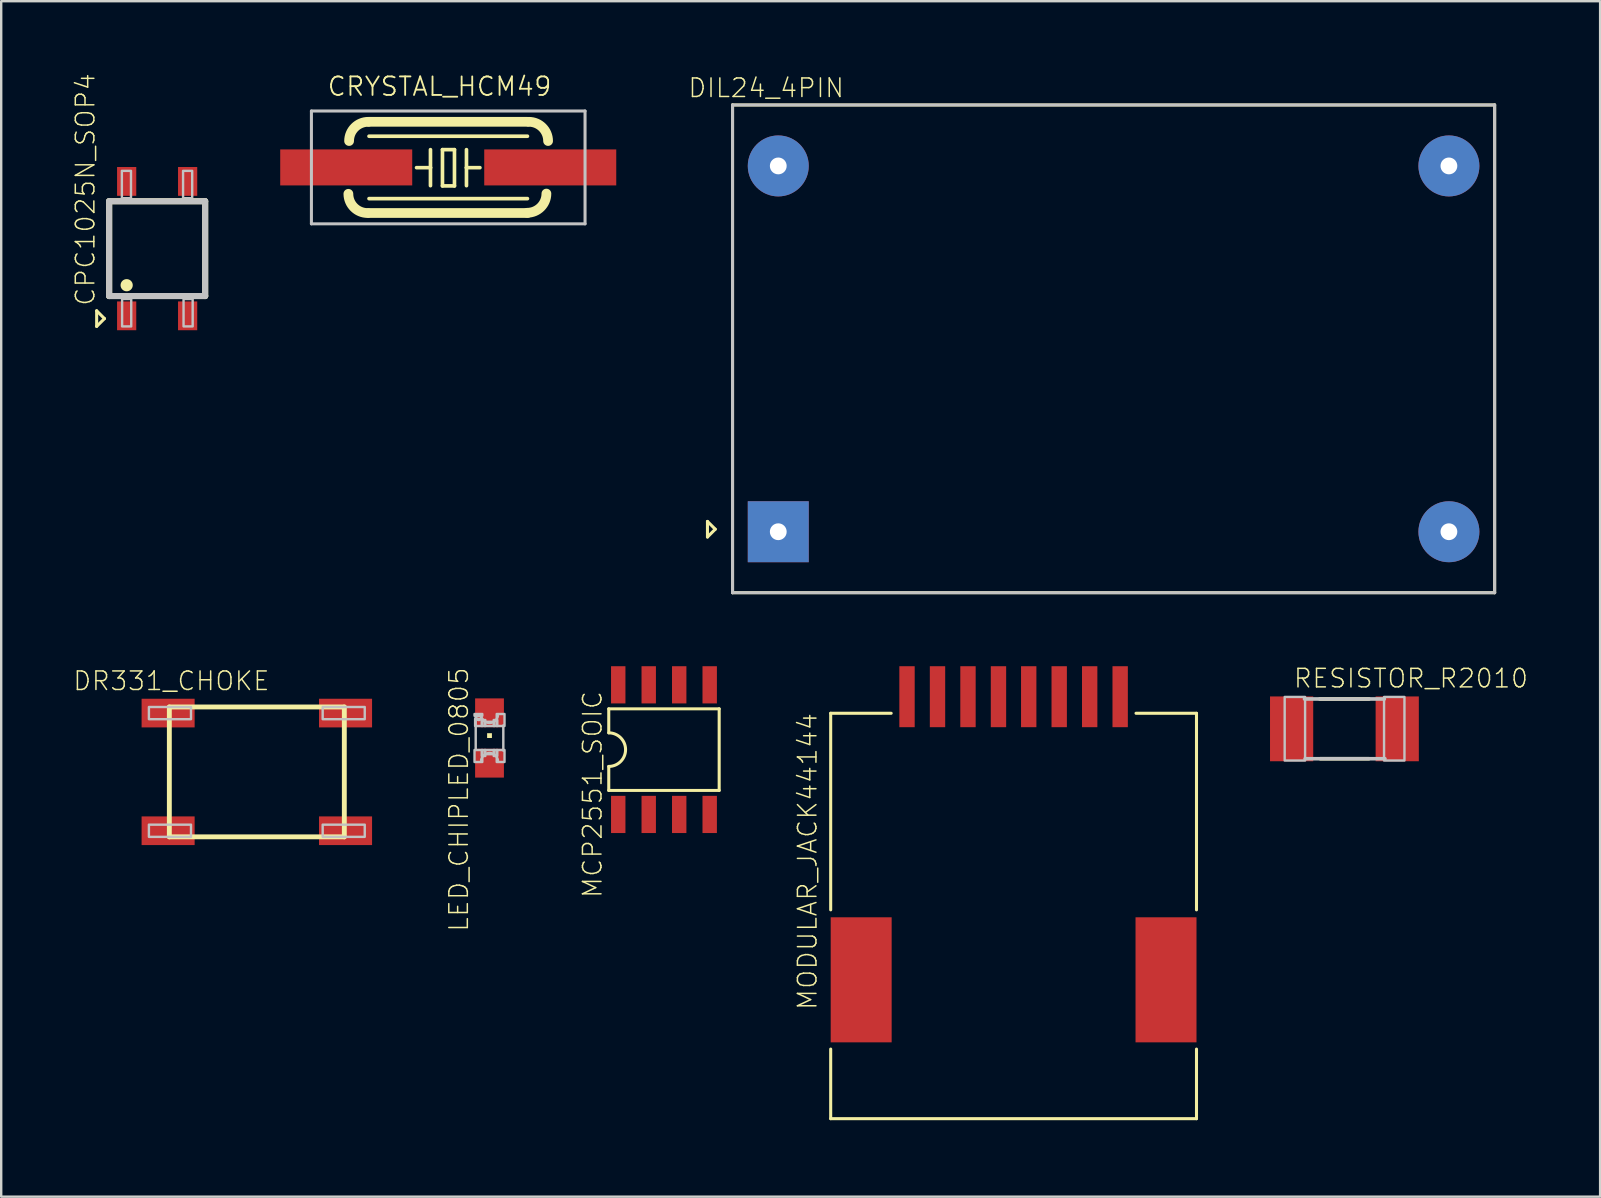
<source format=kicad_pcb>
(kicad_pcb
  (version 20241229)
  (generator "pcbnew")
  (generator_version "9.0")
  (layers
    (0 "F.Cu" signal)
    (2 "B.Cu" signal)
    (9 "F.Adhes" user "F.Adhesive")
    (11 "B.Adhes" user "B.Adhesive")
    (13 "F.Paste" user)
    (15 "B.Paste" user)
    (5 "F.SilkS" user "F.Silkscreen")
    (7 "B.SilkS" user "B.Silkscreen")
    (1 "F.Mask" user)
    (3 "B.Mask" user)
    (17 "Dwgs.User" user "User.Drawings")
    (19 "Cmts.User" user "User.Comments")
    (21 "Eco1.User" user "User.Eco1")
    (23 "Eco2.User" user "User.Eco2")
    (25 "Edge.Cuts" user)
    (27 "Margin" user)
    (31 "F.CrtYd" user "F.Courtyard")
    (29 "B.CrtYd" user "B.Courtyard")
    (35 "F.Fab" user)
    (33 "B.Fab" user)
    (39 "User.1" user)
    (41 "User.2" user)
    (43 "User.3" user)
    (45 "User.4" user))
  (footprint "CRYSTAL_HCM49"
    (layer "F.Cu")
    (at 15.624 3.925)
    (property "Reference" "CRYSTAL_HCM49" (at -5.08 -2.921 180) (layer "F.SilkS") (effects (font (size 0.772 0.772) (thickness 0.077)) (justify left bottom)))
    (attr through_hole)
    (fp_line (start -3.3 -1.9) (end 3.3 -1.9) (stroke (width 0.406) (type solid)) (layer "F.SilkS"))
    (fp_line (start -3.3 1.3) (end 3.3 1.3) (stroke (width 0.152) (type solid)) (layer "F.SilkS"))
    (fp_line (start -3.3 1.9) (end 3.3 1.9) (stroke (width 0.406) (type solid)) (layer "F.SilkS"))
    (fp_line (start -0.74 -0.74) (end -0.74 0.01) (stroke (width 0.152) (type solid)) (layer "F.SilkS"))
    (fp_line (start -0.74 0.01) (end -1.32 0.01) (stroke (width 0.152) (type solid)) (layer "F.SilkS"))
    (fp_line (start -0.74 0.01) (end -0.74 0.76) (stroke (width 0.152) (type solid)) (layer "F.SilkS"))
    (fp_line (start -0.24 -0.74) (end 0.26 -0.74) (stroke (width 0.152) (type solid)) (layer "F.SilkS"))
    (fp_line (start -0.24 0.77) (end -0.24 -0.74) (stroke (width 0.152) (type solid)) (layer "F.SilkS"))
    (fp_line (start 0.26 -0.74) (end 0.26 0.77) (stroke (width 0.152) (type solid)) (layer "F.SilkS"))
    (fp_line (start 0.26 0.77) (end -0.24 0.77) (stroke (width 0.152) (type solid)) (layer "F.SilkS"))
    (fp_line (start 0.76 -0.74) (end 0.76 0.01) (stroke (width 0.152) (type solid)) (layer "F.SilkS"))
    (fp_line (start 0.76 0.01) (end 0.76 0.76) (stroke (width 0.152) (type solid)) (layer "F.SilkS"))
    (fp_line (start 0.76 0.01) (end 1.32 0.01) (stroke (width 0.152) (type solid)) (layer "F.SilkS"))
    (fp_line (start 3.3 -1.3) (end -3.3 -1.3) (stroke (width 0.152) (type solid)) (layer "F.SilkS"))
    (fp_arc (start -4.13 -1.1) (mid -3.895685 -1.665685) (end -3.33 -1.9) (stroke (width 0.4064) (type solid)) (layer "F.SilkS"))
    (fp_arc (start -3.36 1.9) (mid -3.925685 1.665685) (end -4.16 1.1) (stroke (width 0.4064) (type solid)) (layer "F.SilkS"))
    (fp_arc (start 3.36 -1.9) (mid 3.925685 -1.665685) (end 4.16 -1.1) (stroke (width 0.4064) (type solid)) (layer "F.SilkS"))
    (fp_arc (start 4.09 1.09) (mid 3.855685 1.655685) (end 3.29 1.89) (stroke (width 0.4064) (type solid)) (layer "F.SilkS"))
    (fp_line (start -5.7 -2.35) (end 5.7 -2.35) (stroke (width 0.127) (type solid)) (layer "Dwgs.User"))
    (fp_line (start -5.7 2.35) (end -5.7 -2.35) (stroke (width 0.127) (type solid)) (layer "Dwgs.User"))
    (fp_line (start 5.7 -2.35) (end 5.7 2.35) (stroke (width 0.127) (type solid)) (layer "Dwgs.User"))
    (fp_line (start 5.7 2.35) (end -5.7 2.35) (stroke (width 0.127) (type solid)) (layer "Dwgs.User"))
    (pad "P$1" smd rect (at 4.25 0) (size 5.5 1.5) (layers "F.Cu" "F.Mask" "F.Paste"))
    (pad "P$2" smd rect (at -4.25 0) (size 5.5 1.5) (layers "F.Cu" "F.Mask" "F.Paste")))
  (footprint "LED_CHIPLED_0805"
    (layer "F.Cu")
    (at 17.344 27.696)
    (property "Reference" "LED_CHIPLED_0805" (at -1.73 -2.99 270) (layer "F.SilkS") (effects (font (size 0.772 0.772) (thickness 0.062)) (justify right top)))
    (attr through_hole)
    (fp_poly (pts (xy -0.1 0) (xy 0.1 0) (xy 0.1 -0.2) (xy -0.1 -0.2)) (stroke (width 0) (type solid)) (fill yes) (layer "F.SilkS"))
    (fp_line (start -0.575 0.5) (end -0.575 -0.925) (stroke (width 0.102) (type solid)) (layer "Dwgs.User"))
    (fp_line (start 0.575 -0.525) (end 0.575 0.525) (stroke (width 0.102) (type solid)) (layer "Dwgs.User"))
    (fp_arc (start -0.35 0.925) (mid -0.000001 0.625027) (end 0.35 0.924998) (stroke (width 0.1016) (type solid)) (layer "Dwgs.User"))
    (fp_arc (start 0.35 -0.924998) (mid -0.000001 -0.625027) (end -0.35 -0.925) (stroke (width 0.1016) (type solid)) (layer "Dwgs.User"))
    (fp_circle (center -0.45 -0.85) (end -0.347 -0.85) (stroke (width 0.102) (type solid)) (fill no) (layer "Dwgs.User"))
    (fp_poly (pts (xy -0.625 -0.925) (xy -0.3 -0.925) (xy -0.3 -1) (xy -0.625 -1)) (stroke (width 0.1) (type solid)) (fill no) (layer "Dwgs.User"))
    (fp_poly (pts (xy -0.625 1) (xy -0.3 1) (xy -0.3 0.5) (xy -0.625 0.5)) (stroke (width 0.1) (type solid)) (fill no) (layer "Dwgs.User"))
    (fp_poly (pts (xy -0.6 -0.5) (xy -0.3 -0.5) (xy -0.3 -0.8) (xy -0.6 -0.8)) (stroke (width 0.1) (type solid)) (fill no) (layer "Dwgs.User"))
    (fp_poly (pts (xy -0.325 -0.5) (xy -0.175 -0.5) (xy -0.175 -0.75) (xy -0.325 -0.75)) (stroke (width 0.1) (type solid)) (fill no) (layer "Dwgs.User"))
    (fp_poly (pts (xy -0.325 0.75) (xy -0.175 0.75) (xy -0.175 0.5) (xy -0.325 0.5)) (stroke (width 0.1) (type solid)) (fill no) (layer "Dwgs.User"))
    (fp_poly (pts (xy -0.2 -0.5) (xy 0.2 -0.5) (xy 0.2 -0.675) (xy -0.2 -0.675)) (stroke (width 0.1) (type solid)) (fill no) (layer "Dwgs.User"))
    (fp_poly (pts (xy -0.2 0.675) (xy 0.2 0.675) (xy 0.2 0.5) (xy -0.2 0.5)) (stroke (width 0.1) (type solid)) (fill no) (layer "Dwgs.User"))
    (fp_poly (pts (xy 0.175 -0.5) (xy 0.325 -0.5) (xy 0.325 -0.75) (xy 0.175 -0.75)) (stroke (width 0.1) (type solid)) (fill no) (layer "Dwgs.User"))
    (fp_poly (pts (xy 0.175 0.75) (xy 0.325 0.75) (xy 0.325 0.5) (xy 0.175 0.5)) (stroke (width 0.1) (type solid)) (fill no) (layer "Dwgs.User"))
    (fp_poly (pts (xy 0.3 -0.5) (xy 0.625 -0.5) (xy 0.625 -1) (xy 0.3 -1)) (stroke (width 0.1) (type solid)) (fill no) (layer "Dwgs.User"))
    (fp_poly (pts (xy 0.3 1) (xy 0.625 1) (xy 0.625 0.5) (xy 0.3 0.5)) (stroke (width 0.1) (type solid)) (fill no) (layer "Dwgs.User"))
    (pad "A" smd rect (at 0 1.05 90) (size 1.2 1.2) (layers "F.Cu" "F.Mask" "F.Paste"))
    (pad "C" smd rect (at 0 -1.05 90) (size 1.2 1.2) (layers "F.Cu" "F.Mask" "F.Paste")))
  (footprint "DIL24_4PIN"
    (layer "F.Cu")
    (at 43.344 11.483)
    (property "Reference" "DIL24_4PIN" (at -11.18 -11.32 180) (layer "F.SilkS") (effects (font (size 0.772 0.772) (thickness 0.062)) (justify right top)))
    (attr through_hole)
    (fp_line (start -16.92 7.19) (end -16.92 7.84) (stroke (width 0.127) (type solid)) (layer "F.SilkS"))
    (fp_line (start -16.92 7.84) (end -16.595 7.515) (stroke (width 0.127) (type solid)) (layer "F.SilkS"))
    (fp_line (start -16.595 7.515) (end -16.92 7.19) (stroke (width 0.127) (type solid)) (layer "F.SilkS"))
    (fp_line (start -15.875 -10.16) (end -15.875 10.16) (stroke (width 0.127) (type solid)) (layer "F.SilkS"))
    (fp_line (start -15.875 10.16) (end 15.875 10.16) (stroke (width 0.127) (type solid)) (layer "F.SilkS"))
    (fp_line (start 15.875 -10.16) (end -15.875 -10.16) (stroke (width 0.127) (type solid)) (layer "F.SilkS"))
    (fp_line (start 15.875 10.16) (end 15.875 -10.16) (stroke (width 0.127) (type solid)) (layer "F.SilkS"))
    (fp_line (start -15.875 -10.16) (end 15.875 -10.16) (stroke (width 0.127) (type solid)) (layer "Dwgs.User"))
    (fp_line (start -15.875 10.16) (end -15.875 -10.16) (stroke (width 0.127) (type solid)) (layer "Dwgs.User"))
    (fp_line (start 15.875 -10.16) (end 15.875 10.16) (stroke (width 0.127) (type solid)) (layer "Dwgs.User"))
    (fp_line (start 15.875 10.16) (end -15.875 10.16) (stroke (width 0.127) (type solid)) (layer "Dwgs.User"))
    (pad "1" thru_hole rect (at -13.97 7.62) (size 2.54 2.54) (drill 0.7) (layers "*.Cu" "*.Mask"))
    (pad "12" thru_hole circle (at 13.97 7.62) (size 2.54 2.54) (drill 0.7) (layers "*.Cu" "*.Mask"))
    (pad "13" thru_hole circle (at 13.97 -7.62) (size 2.54 2.54) (drill 0.7) (layers "*.Cu" "*.Mask"))
    (pad "24" thru_hole circle (at -13.97 -7.62) (size 2.54 2.54) (drill 0.7) (layers "*.Cu" "*.Mask")))
  (footprint "MCP2551_SOIC"
    (layer "F.Cu")
    (at 24.612 28.181)
    (property "Reference" "MCP2551_SOIC" (at -3.43 -2.49 270) (layer "F.SilkS") (effects (font (size 0.772 0.772) (thickness 0.062)) (justify right top)))
    (attr through_hole)
    (fp_line (start -2.3 -1.7) (end -2.3 -0.7) (stroke (width 0.127) (type solid)) (layer "F.SilkS"))
    (fp_line (start -2.3 -1.7) (end 2.3 -1.7) (stroke (width 0.127) (type solid)) (layer "F.SilkS"))
    (fp_line (start -2.3 1.7) (end -2.3 0.7) (stroke (width 0.127) (type solid)) (layer "F.SilkS"))
    (fp_line (start 2.3 -1.7) (end 2.3 1.7) (stroke (width 0.127) (type solid)) (layer "F.SilkS"))
    (fp_line (start 2.3 1.7) (end -2.3 1.7) (stroke (width 0.127) (type solid)) (layer "F.SilkS"))
    (fp_arc (start -2.3 -0.7) (mid -1.6 0) (end -2.3 0.7) (stroke (width 0.127) (type solid)) (layer "F.SilkS"))
    (pad "1" smd rect (at -1.905 2.7) (size 0.6 1.55) (layers "F.Cu" "F.Mask" "F.Paste"))
    (pad "2" smd rect (at -0.635 2.7) (size 0.6 1.55) (layers "F.Cu" "F.Mask" "F.Paste"))
    (pad "3" smd rect (at 0.635 2.7) (size 0.6 1.55) (layers "F.Cu" "F.Mask" "F.Paste"))
    (pad "4" smd rect (at 1.905 2.7) (size 0.6 1.55) (layers "F.Cu" "F.Mask" "F.Paste"))
    (pad "5" smd rect (at 1.905 -2.7) (size 0.6 1.55) (layers "F.Cu" "F.Mask" "F.Paste"))
    (pad "6" smd rect (at 0.635 -2.7) (size 0.6 1.55) (layers "F.Cu" "F.Mask" "F.Paste"))
    (pad "7" smd rect (at -0.635 -2.7) (size 0.6 1.55) (layers "F.Cu" "F.Mask" "F.Paste"))
    (pad "8" smd rect (at -1.905 -2.7) (size 0.6 1.55) (layers "F.Cu" "F.Mask" "F.Paste")))
  (footprint "RESISTOR_R2010"
    (layer "F.Cu")
    (at 52.961 27.315)
    (property "Reference" "RESISTOR_R2010" (at -2.159 -1.651 180) (layer "F.SilkS") (effects (font (size 0.772 0.772) (thickness 0.062)) (justify left bottom)))
    (attr through_hole)
    (fp_line (start -1.027 -1.245) (end 1.027 -1.245) (stroke (width 0.152) (type solid)) (layer "F.SilkS"))
    (fp_line (start -1.002 1.245) (end 1.016 1.245) (stroke (width 0.152) (type solid)) (layer "F.SilkS"))
    (fp_line (start -1.662 -1.245) (end 1.662 -1.245) (stroke (width 0.152) (type solid)) (layer "Dwgs.User"))
    (fp_line (start -1.637 1.245) (end 1.687 1.245) (stroke (width 0.152) (type solid)) (layer "Dwgs.User"))
    (fp_poly (pts (xy -2.489 1.321) (xy -1.639 1.321) (xy -1.639 -1.329) (xy -2.489 -1.329)) (stroke (width 0.1) (type solid)) (fill no) (layer "Dwgs.User"))
    (fp_poly (pts (xy 1.651 1.321) (xy 2.501 1.321) (xy 2.501 -1.329) (xy 1.651 -1.329)) (stroke (width 0.1) (type solid)) (fill no) (layer "Dwgs.User"))
    (pad "1" smd rect (at -2.2 0) (size 1.8 2.7) (layers "F.Cu" "F.Mask" "F.Paste"))
    (pad "2" smd rect (at 2.2 0) (size 1.8 2.7) (layers "F.Cu" "F.Mask" "F.Paste")))
  (footprint "MODULAR_JACK44144"
    (layer "F.Cu")
    (at 39.178 43.556)
    (property "Reference" "MODULAR_JACK44144" (at -9.04 -16.95 270) (layer "F.SilkS") (effects (font (size 0.772 0.772) (thickness 0.062)) (justify right top)))
    (attr through_hole)
    (fp_line (start -7.62 -16.89) (end -7.62 -8.7) (stroke (width 0.127) (type solid)) (layer "F.SilkS"))
    (fp_line (start -7.62 -16.89) (end -5.1 -16.89) (stroke (width 0.127) (type solid)) (layer "F.SilkS"))
    (fp_line (start -7.62 0) (end -7.62 -2.9) (stroke (width 0.127) (type solid)) (layer "F.SilkS"))
    (fp_line (start -7.62 0) (end 7.62 0) (stroke (width 0.127) (type solid)) (layer "F.SilkS"))
    (fp_line (start 7.62 -16.89) (end 5.1 -16.89) (stroke (width 0.127) (type solid)) (layer "F.SilkS"))
    (fp_line (start 7.62 -16.89) (end 7.62 -8.7) (stroke (width 0.127) (type solid)) (layer "F.SilkS"))
    (fp_line (start 7.62 0) (end 7.62 -2.9) (stroke (width 0.127) (type solid)) (layer "F.SilkS"))
    (pad "1" smd rect (at 4.44 -17.58) (size 0.64 2.54) (layers "F.Cu" "F.Mask" "F.Paste"))
    (pad "2" smd rect (at 3.17 -17.58) (size 0.64 2.54) (layers "F.Cu" "F.Mask" "F.Paste"))
    (pad "3" smd rect (at 1.9 -17.58) (size 0.64 2.54) (layers "F.Cu" "F.Mask" "F.Paste"))
    (pad "4" smd rect (at 0.63 -17.58) (size 0.64 2.54) (layers "F.Cu" "F.Mask" "F.Paste"))
    (pad "5" smd rect (at -0.63 -17.58) (size 0.64 2.54) (layers "F.Cu" "F.Mask" "F.Paste"))
    (pad "6" smd rect (at -1.9 -17.58) (size 0.64 2.54) (layers "F.Cu" "F.Mask" "F.Paste"))
    (pad "7" smd rect (at -3.17 -17.58) (size 0.64 2.54) (layers "F.Cu" "F.Mask" "F.Paste"))
    (pad "8" smd rect (at -4.44 -17.58) (size 0.64 2.54) (layers "F.Cu" "F.Mask" "F.Paste"))
    (pad "G1" smd rect (at 6.35 -5.785 90) (size 5.21 2.54) (layers "F.Cu" "F.Mask" "F.Paste"))
    (pad "G2" smd rect (at -6.35 -5.785 90) (size 5.21 2.54) (layers "F.Cu" "F.Mask" "F.Paste")))
  (footprint "DR331_CHOKE"
    (layer "F.Cu")
    (at 7.65 29.109)
    (property "Reference" "DR331_CHOKE" (at 0.58 -4.24 180) (layer "F.SilkS") (effects (font (size 0.772 0.772) (thickness 0.062)) (justify right top)))
    (attr through_hole)
    (fp_line (start -3.645 -2.705) (end -3.645 2.705) (stroke (width 0.203) (type solid)) (layer "F.SilkS"))
    (fp_line (start -3.645 2.705) (end 3.645 2.705) (stroke (width 0.203) (type solid)) (layer "F.SilkS"))
    (fp_line (start 3.645 -2.705) (end -3.645 -2.705) (stroke (width 0.203) (type solid)) (layer "F.SilkS"))
    (fp_line (start 3.645 2.705) (end 3.645 -2.705) (stroke (width 0.203) (type solid)) (layer "F.SilkS"))
    (fp_poly (pts (xy -4.496 -2.197) (xy -2.743 -2.197) (xy -2.743 -2.705) (xy -4.496 -2.705)) (stroke (width 0.1) (type solid)) (fill no) (layer "Dwgs.User"))
    (fp_poly (pts (xy -4.496 2.705) (xy -2.743 2.705) (xy -2.743 2.197) (xy -4.496 2.197)) (stroke (width 0.1) (type solid)) (fill no) (layer "Dwgs.User"))
    (fp_poly (pts (xy 2.743 -2.197) (xy 4.496 -2.197) (xy 4.496 -2.705) (xy 2.743 -2.705)) (stroke (width 0.1) (type solid)) (fill no) (layer "Dwgs.User"))
    (fp_poly (pts (xy 2.743 2.705) (xy 4.496 2.705) (xy 4.496 2.197) (xy 2.743 2.197)) (stroke (width 0.1) (type solid)) (fill no) (layer "Dwgs.User"))
    (pad "P$1" smd rect (at -3.696 -2.451) (size 2.21 1.194) (layers "F.Cu" "F.Mask" "F.Paste"))
    (pad "P$2" smd rect (at -3.696 2.451) (size 2.21 1.194) (layers "F.Cu" "F.Mask" "F.Paste"))
    (pad "P$3" smd rect (at 3.696 2.451) (size 2.21 1.194) (layers "F.Cu" "F.Mask" "F.Paste"))
    (pad "P$4" smd rect (at 3.696 -2.451) (size 2.21 1.194) (layers "F.Cu" "F.Mask" "F.Paste")))
  (footprint "CPC1025N_SOP4"
    (layer "F.Cu")
    (at 3.497 7.308)
    (property "Reference" "CPC1025N_SOP4" (at -2.54 2.43 90) (layer "F.SilkS") (effects (font (size 0.772 0.772) (thickness 0.062)) (justify left bottom)))
    (attr through_hole)
    (fp_line (start -2.52 2.59) (end -2.52 3.24) (stroke (width 0.127) (type solid)) (layer "F.SilkS"))
    (fp_line (start -2.52 3.24) (end -2.195 2.915) (stroke (width 0.127) (type solid)) (layer "F.SilkS"))
    (fp_line (start -2.195 2.915) (end -2.52 2.59) (stroke (width 0.127) (type solid)) (layer "F.SilkS"))
    (fp_line (start -2 -1.975) (end 2 -1.975) (stroke (width 0.254) (type solid)) (layer "F.SilkS"))
    (fp_line (start -2 1.975) (end -2 -1.975) (stroke (width 0.254) (type solid)) (layer "F.SilkS"))
    (fp_line (start 2 -1.975) (end 2 1.975) (stroke (width 0.254) (type solid)) (layer "F.SilkS"))
    (fp_line (start 2 1.975) (end -2 1.975) (stroke (width 0.254) (type solid)) (layer "F.SilkS"))
    (fp_circle (center -1.27 1.524) (end -1.016 1.524) (stroke (width 0) (type solid)) (fill yes) (layer "F.SilkS"))
    (fp_line (start -2 -1.975) (end 2 -1.975) (stroke (width 0.254) (type solid)) (layer "Dwgs.User"))
    (fp_line (start -2 1.975) (end -2 -1.975) (stroke (width 0.254) (type solid)) (layer "Dwgs.User"))
    (fp_line (start 2 -1.975) (end 2 1.975) (stroke (width 0.254) (type solid)) (layer "Dwgs.User"))
    (fp_line (start 2 1.975) (end -2 1.975) (stroke (width 0.254) (type solid)) (layer "Dwgs.User"))
    (fp_poly (pts (xy -1.47 -2.1) (xy -1.09 -2.1) (xy -1.09 -3.24) (xy -1.47 -3.24)) (stroke (width 0.1) (type solid)) (fill no) (layer "Dwgs.User"))
    (fp_poly (pts (xy -1.46 3.24) (xy -1.08 3.24) (xy -1.08 2.1) (xy -1.46 2.1)) (stroke (width 0.1) (type solid)) (fill no) (layer "Dwgs.User"))
    (fp_poly (pts (xy 1.08 -2.1) (xy 1.46 -2.1) (xy 1.46 -3.24) (xy 1.08 -3.24)) (stroke (width 0.1) (type solid)) (fill no) (layer "Dwgs.User"))
    (fp_poly (pts (xy 1.1 3.24) (xy 1.48 3.24) (xy 1.48 2.1) (xy 1.1 2.1)) (stroke (width 0.1) (type solid)) (fill no) (layer "Dwgs.User"))
    (pad "1" smd rect (at -1.27 2.8) (size 0.8 1.2) (layers "F.Cu" "F.Mask" "F.Paste"))
    (pad "2" smd rect (at 1.27 2.8) (size 0.8 1.2) (layers "F.Cu" "F.Mask" "F.Paste"))
    (pad "3" smd rect (at 1.27 -2.8) (size 0.8 1.2) (layers "F.Cu" "F.Mask" "F.Paste"))
    (pad "4" smd rect (at -1.27 -2.8) (size 0.8 1.2) (layers "F.Cu" "F.Mask" "F.Paste")))
  (gr_rect
    (start -3 -3)
    (end 63.614 46.806)
    (stroke (width 0.1) (type default))
    (fill no)
    (layer "Edge.Cuts")))
</source>
